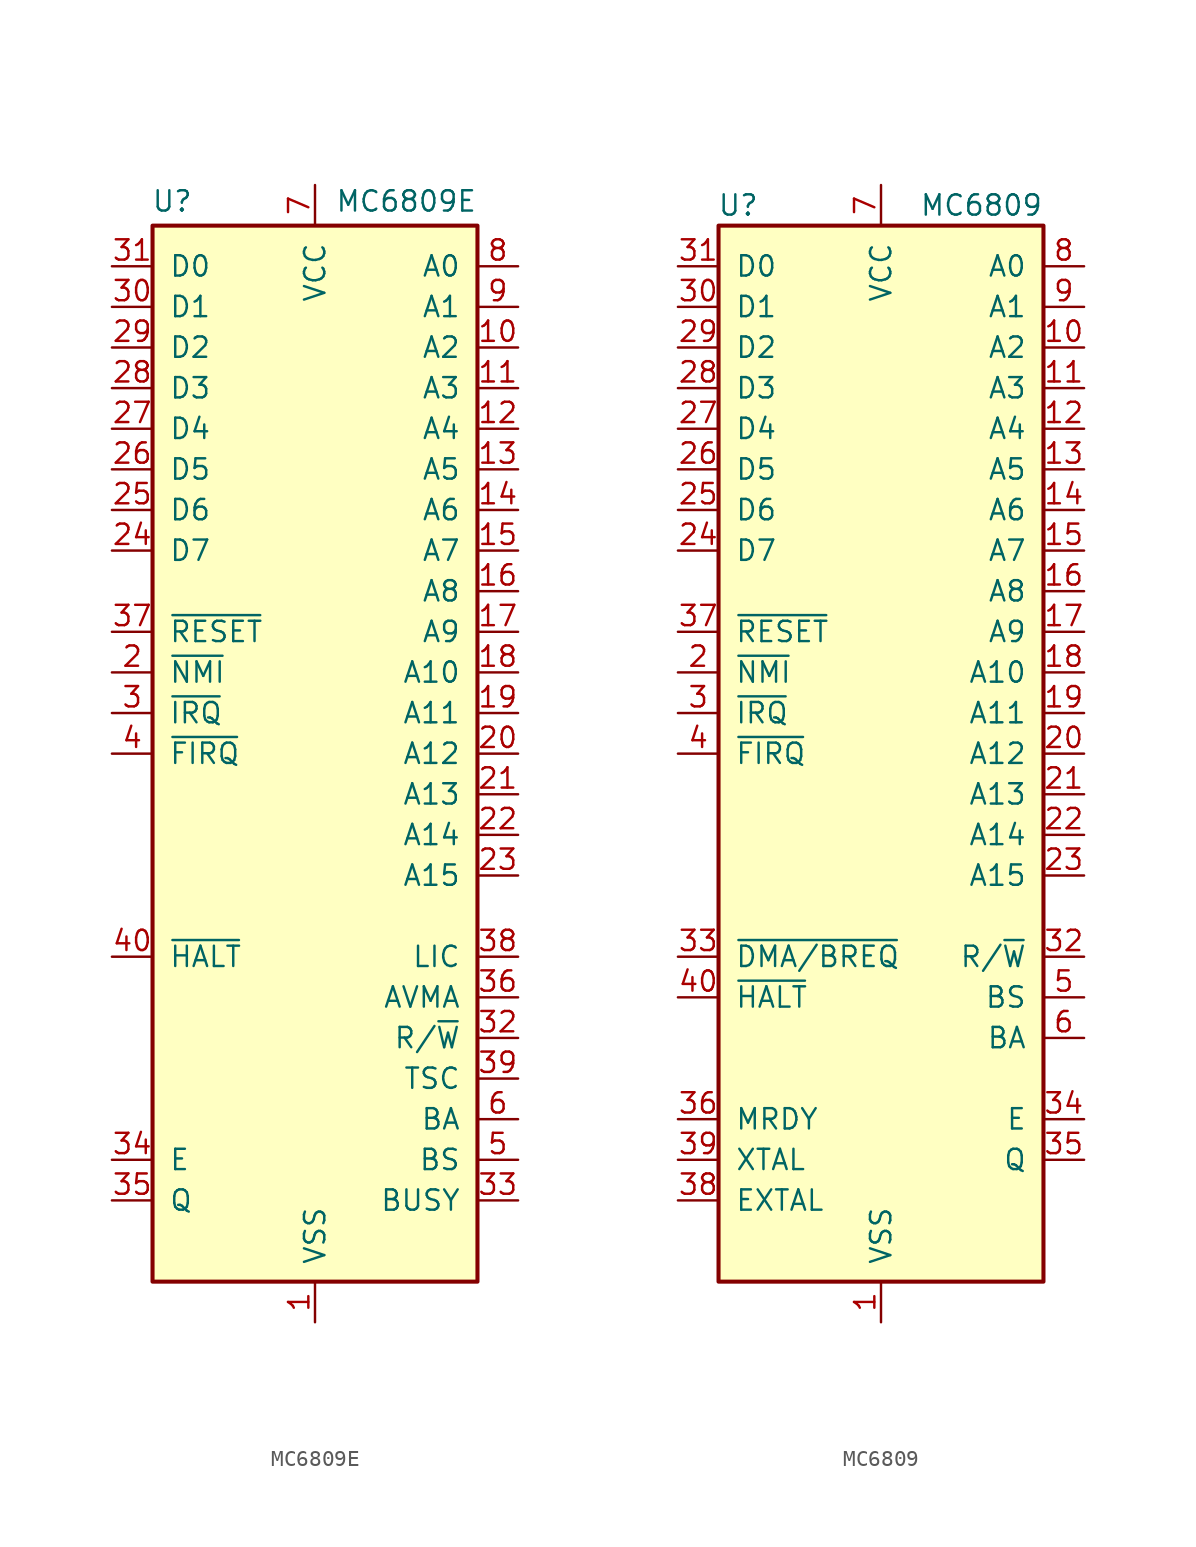
<source format=kicad_sym>
(kicad_symbol_lib
  (version 20211014)
  (generator kicad_symbol_editor)
  (symbol "MC6809E"
    (pin_names
      (offset 1.016))
    (property "Reference" "U"
      (at -7.62 34.544 0)
      (effects (font (size 1.27 1.27)) (justify right)))
    (property "Value" "MC6809E"
      (at 10.16 34.544 0)
      (effects (font (size 1.27 1.27)) (justify right)))
    (symbol "MC6809E_0_1"
      (rectangle (start -10.16 -33.02) (end 10.16 33.02) (stroke (width 0.254) (type default) (color 0 0 0 0)) (fill (type background))))
    (symbol "MC6809E_1_1"
      (pin power_in line (at 0 -35.56 90) (length 2.54) (name "VSS" (effects (font (size 1.27 1.27)))) (number "1" (effects (font (size 1.27 1.27)))))
      (pin output line (at 12.7 25.4 180) (length 2.54) (name "A2" (effects (font (size 1.27 1.27)))) (number "10" (effects (font (size 1.27 1.27)))))
      (pin output line (at 12.7 22.86 180) (length 2.54) (name "A3" (effects (font (size 1.27 1.27)))) (number "11" (effects (font (size 1.27 1.27)))))
      (pin output line (at 12.7 20.32 180) (length 2.54) (name "A4" (effects (font (size 1.27 1.27)))) (number "12" (effects (font (size 1.27 1.27)))))
      (pin output line (at 12.7 17.78 180) (length 2.54) (name "A5" (effects (font (size 1.27 1.27)))) (number "13" (effects (font (size 1.27 1.27)))))
      (pin output line (at 12.7 15.24 180) (length 2.54) (name "A6" (effects (font (size 1.27 1.27)))) (number "14" (effects (font (size 1.27 1.27)))))
      (pin output line (at 12.7 12.7 180) (length 2.54) (name "A7" (effects (font (size 1.27 1.27)))) (number "15" (effects (font (size 1.27 1.27)))))
      (pin output line (at 12.7 10.16 180) (length 2.54) (name "A8" (effects (font (size 1.27 1.27)))) (number "16" (effects (font (size 1.27 1.27)))))
      (pin output line (at 12.7 7.62 180) (length 2.54) (name "A9" (effects (font (size 1.27 1.27)))) (number "17" (effects (font (size 1.27 1.27)))))
      (pin output line (at 12.7 5.08 180) (length 2.54) (name "A10" (effects (font (size 1.27 1.27)))) (number "18" (effects (font (size 1.27 1.27)))))
      (pin output line (at 12.7 2.54 180) (length 2.54) (name "A11" (effects (font (size 1.27 1.27)))) (number "19" (effects (font (size 1.27 1.27)))))
      (pin input line (at -12.7 5.08 0) (length 2.54) (name "~{NMI}" (effects (font (size 1.27 1.27)))) (number "2" (effects (font (size 1.27 1.27)))))
      (pin output line (at 12.7 0 180) (length 2.54) (name "A12" (effects (font (size 1.27 1.27)))) (number "20" (effects (font (size 1.27 1.27)))))
      (pin output line (at 12.7 -2.54 180) (length 2.54) (name "A13" (effects (font (size 1.27 1.27)))) (number "21" (effects (font (size 1.27 1.27)))))
      (pin output line (at 12.7 -5.08 180) (length 2.54) (name "A14" (effects (font (size 1.27 1.27)))) (number "22" (effects (font (size 1.27 1.27)))))
      (pin output line (at 12.7 -7.62 180) (length 2.54) (name "A15" (effects (font (size 1.27 1.27)))) (number "23" (effects (font (size 1.27 1.27)))))
      (pin bidirectional line (at -12.7 12.7 0) (length 2.54) (name "D7" (effects (font (size 1.27 1.27)))) (number "24" (effects (font (size 1.27 1.27)))))
      (pin bidirectional line (at -12.7 15.24 0) (length 2.54) (name "D6" (effects (font (size 1.27 1.27)))) (number "25" (effects (font (size 1.27 1.27)))))
      (pin bidirectional line (at -12.7 17.78 0) (length 2.54) (name "D5" (effects (font (size 1.27 1.27)))) (number "26" (effects (font (size 1.27 1.27)))))
      (pin bidirectional line (at -12.7 20.32 0) (length 2.54) (name "D4" (effects (font (size 1.27 1.27)))) (number "27" (effects (font (size 1.27 1.27)))))
      (pin bidirectional line (at -12.7 22.86 0) (length 2.54) (name "D3" (effects (font (size 1.27 1.27)))) (number "28" (effects (font (size 1.27 1.27)))))
      (pin bidirectional line (at -12.7 25.4 0) (length 2.54) (name "D2" (effects (font (size 1.27 1.27)))) (number "29" (effects (font (size 1.27 1.27)))))
      (pin input line (at -12.7 2.54 0) (length 2.54) (name "~{IRQ}" (effects (font (size 1.27 1.27)))) (number "3" (effects (font (size 1.27 1.27)))))
      (pin bidirectional line (at -12.7 27.94 0) (length 2.54) (name "D1" (effects (font (size 1.27 1.27)))) (number "30" (effects (font (size 1.27 1.27)))))
      (pin bidirectional line (at -12.7 30.48 0) (length 2.54) (name "D0" (effects (font (size 1.27 1.27)))) (number "31" (effects (font (size 1.27 1.27)))))
      (pin output line (at 12.7 -17.78 180) (length 2.54) (name "R/~{W}" (effects (font (size 1.27 1.27)))) (number "32" (effects (font (size 1.27 1.27)))))
      (pin output line (at 12.7 -27.94 180) (length 2.54) (name "BUSY" (effects (font (size 1.27 1.27)))) (number "33" (effects (font (size 1.27 1.27)))))
      (pin input line (at -12.7 -25.4 0) (length 2.54) (name "E" (effects (font (size 1.27 1.27)))) (number "34" (effects (font (size 1.27 1.27)))))
      (pin input line (at -12.7 -27.94 0) (length 2.54) (name "Q" (effects (font (size 1.27 1.27)))) (number "35" (effects (font (size 1.27 1.27)))))
      (pin output line (at 12.7 -15.24 180) (length 2.54) (name "AVMA" (effects (font (size 1.27 1.27)))) (number "36" (effects (font (size 1.27 1.27)))))
      (pin input line (at -12.7 7.62 0) (length 2.54) (name "~{RESET}" (effects (font (size 1.27 1.27)))) (number "37" (effects (font (size 1.27 1.27)))))
      (pin output line (at 12.7 -12.7 180) (length 2.54) (name "LIC" (effects (font (size 1.27 1.27)))) (number "38" (effects (font (size 1.27 1.27)))))
      (pin output line (at 12.7 -20.32 180) (length 2.54) (name "TSC" (effects (font (size 1.27 1.27)))) (number "39" (effects (font (size 1.27 1.27)))))
      (pin input line (at -12.7 0 0) (length 2.54) (name "~{FIRQ}" (effects (font (size 1.27 1.27)))) (number "4" (effects (font (size 1.27 1.27)))))
      (pin input line (at -12.7 -12.7 0) (length 2.54) (name "~{HALT}" (effects (font (size 1.27 1.27)))) (number "40" (effects (font (size 1.27 1.27)))))
      (pin output line (at 12.7 -25.4 180) (length 2.54) (name "BS" (effects (font (size 1.27 1.27)))) (number "5" (effects (font (size 1.27 1.27)))))
      (pin output line (at 12.7 -22.86 180) (length 2.54) (name "BA" (effects (font (size 1.27 1.27)))) (number "6" (effects (font (size 1.27 1.27)))))
      (pin power_in line (at 0 35.56 270) (length 2.54) (name "VCC" (effects (font (size 1.27 1.27)))) (number "7" (effects (font (size 1.27 1.27)))))
      (pin output line (at 12.7 30.48 180) (length 2.54) (name "A0" (effects (font (size 1.27 1.27)))) (number "8" (effects (font (size 1.27 1.27)))))
      (pin output line (at 12.7 27.94 180) (length 2.54) (name "A1" (effects (font (size 1.27 1.27)))) (number "9" (effects (font (size 1.27 1.27)))))))
  (symbol "MC6809"
    (pin_names
      (offset 1.016))
    (property "Reference" "U"
      (at -7.62 34.29 0)
      (effects (font (size 1.27 1.27)) (justify right)))
    (property "Value" "MC6809"
      (at 10.16 34.29 0)
      (effects (font (size 1.27 1.27)) (justify right)))
    (symbol "MC6809_0_1"
      (rectangle (start -10.16 -33.02) (end 10.16 33.02) (stroke (width 0.254) (type default) (color 0 0 0 0)) (fill (type background))))
    (symbol "MC6809_1_1"
      (pin power_in line (at 0 -35.56 90) (length 2.54) (name "VSS" (effects (font (size 1.27 1.27)))) (number "1" (effects (font (size 1.27 1.27)))))
      (pin output line (at 12.7 25.4 180) (length 2.54) (name "A2" (effects (font (size 1.27 1.27)))) (number "10" (effects (font (size 1.27 1.27)))))
      (pin output line (at 12.7 22.86 180) (length 2.54) (name "A3" (effects (font (size 1.27 1.27)))) (number "11" (effects (font (size 1.27 1.27)))))
      (pin output line (at 12.7 20.32 180) (length 2.54) (name "A4" (effects (font (size 1.27 1.27)))) (number "12" (effects (font (size 1.27 1.27)))))
      (pin output line (at 12.7 17.78 180) (length 2.54) (name "A5" (effects (font (size 1.27 1.27)))) (number "13" (effects (font (size 1.27 1.27)))))
      (pin output line (at 12.7 15.24 180) (length 2.54) (name "A6" (effects (font (size 1.27 1.27)))) (number "14" (effects (font (size 1.27 1.27)))))
      (pin output line (at 12.7 12.7 180) (length 2.54) (name "A7" (effects (font (size 1.27 1.27)))) (number "15" (effects (font (size 1.27 1.27)))))
      (pin output line (at 12.7 10.16 180) (length 2.54) (name "A8" (effects (font (size 1.27 1.27)))) (number "16" (effects (font (size 1.27 1.27)))))
      (pin output line (at 12.7 7.62 180) (length 2.54) (name "A9" (effects (font (size 1.27 1.27)))) (number "17" (effects (font (size 1.27 1.27)))))
      (pin output line (at 12.7 5.08 180) (length 2.54) (name "A10" (effects (font (size 1.27 1.27)))) (number "18" (effects (font (size 1.27 1.27)))))
      (pin output line (at 12.7 2.54 180) (length 2.54) (name "A11" (effects (font (size 1.27 1.27)))) (number "19" (effects (font (size 1.27 1.27)))))
      (pin input line (at -12.7 5.08 0) (length 2.54) (name "~{NMI}" (effects (font (size 1.27 1.27)))) (number "2" (effects (font (size 1.27 1.27)))))
      (pin output line (at 12.7 0 180) (length 2.54) (name "A12" (effects (font (size 1.27 1.27)))) (number "20" (effects (font (size 1.27 1.27)))))
      (pin output line (at 12.7 -2.54 180) (length 2.54) (name "A13" (effects (font (size 1.27 1.27)))) (number "21" (effects (font (size 1.27 1.27)))))
      (pin output line (at 12.7 -5.08 180) (length 2.54) (name "A14" (effects (font (size 1.27 1.27)))) (number "22" (effects (font (size 1.27 1.27)))))
      (pin output line (at 12.7 -7.62 180) (length 2.54) (name "A15" (effects (font (size 1.27 1.27)))) (number "23" (effects (font (size 1.27 1.27)))))
      (pin bidirectional line (at -12.7 12.7 0) (length 2.54) (name "D7" (effects (font (size 1.27 1.27)))) (number "24" (effects (font (size 1.27 1.27)))))
      (pin bidirectional line (at -12.7 15.24 0) (length 2.54) (name "D6" (effects (font (size 1.27 1.27)))) (number "25" (effects (font (size 1.27 1.27)))))
      (pin bidirectional line (at -12.7 17.78 0) (length 2.54) (name "D5" (effects (font (size 1.27 1.27)))) (number "26" (effects (font (size 1.27 1.27)))))
      (pin bidirectional line (at -12.7 20.32 0) (length 2.54) (name "D4" (effects (font (size 1.27 1.27)))) (number "27" (effects (font (size 1.27 1.27)))))
      (pin bidirectional line (at -12.7 22.86 0) (length 2.54) (name "D3" (effects (font (size 1.27 1.27)))) (number "28" (effects (font (size 1.27 1.27)))))
      (pin bidirectional line (at -12.7 25.4 0) (length 2.54) (name "D2" (effects (font (size 1.27 1.27)))) (number "29" (effects (font (size 1.27 1.27)))))
      (pin input line (at -12.7 2.54 0) (length 2.54) (name "~{IRQ}" (effects (font (size 1.27 1.27)))) (number "3" (effects (font (size 1.27 1.27)))))
      (pin bidirectional line (at -12.7 27.94 0) (length 2.54) (name "D1" (effects (font (size 1.27 1.27)))) (number "30" (effects (font (size 1.27 1.27)))))
      (pin bidirectional line (at -12.7 30.48 0) (length 2.54) (name "D0" (effects (font (size 1.27 1.27)))) (number "31" (effects (font (size 1.27 1.27)))))
      (pin output line (at 12.7 -12.7 180) (length 2.54) (name "R/~{W}" (effects (font (size 1.27 1.27)))) (number "32" (effects (font (size 1.27 1.27)))))
      (pin input line (at -12.7 -12.7 0) (length 2.54) (name "~{DMA/BREQ}" (effects (font (size 1.27 1.27)))) (number "33" (effects (font (size 1.27 1.27)))))
      (pin output line (at 12.7 -22.86 180) (length 2.54) (name "E" (effects (font (size 1.27 1.27)))) (number "34" (effects (font (size 1.27 1.27)))))
      (pin output line (at 12.7 -25.4 180) (length 2.54) (name "Q" (effects (font (size 1.27 1.27)))) (number "35" (effects (font (size 1.27 1.27)))))
      (pin input line (at -12.7 -22.86 0) (length 2.54) (name "MRDY" (effects (font (size 1.27 1.27)))) (number "36" (effects (font (size 1.27 1.27)))))
      (pin input line (at -12.7 7.62 0) (length 2.54) (name "~{RESET}" (effects (font (size 1.27 1.27)))) (number "37" (effects (font (size 1.27 1.27)))))
      (pin input line (at -12.7 -27.94 0) (length 2.54) (name "EXTAL" (effects (font (size 1.27 1.27)))) (number "38" (effects (font (size 1.27 1.27)))))
      (pin input line (at -12.7 -25.4 0) (length 2.54) (name "XTAL" (effects (font (size 1.27 1.27)))) (number "39" (effects (font (size 1.27 1.27)))))
      (pin input line (at -12.7 0 0) (length 2.54) (name "~{FIRQ}" (effects (font (size 1.27 1.27)))) (number "4" (effects (font (size 1.27 1.27)))))
      (pin input line (at -12.7 -15.24 0) (length 2.54) (name "~{HALT}" (effects (font (size 1.27 1.27)))) (number "40" (effects (font (size 1.27 1.27)))))
      (pin output line (at 12.7 -15.24 180) (length 2.54) (name "BS" (effects (font (size 1.27 1.27)))) (number "5" (effects (font (size 1.27 1.27)))))
      (pin output line (at 12.7 -17.78 180) (length 2.54) (name "BA" (effects (font (size 1.27 1.27)))) (number "6" (effects (font (size 1.27 1.27)))))
      (pin power_in line (at 0 35.56 270) (length 2.54) (name "VCC" (effects (font (size 1.27 1.27)))) (number "7" (effects (font (size 1.27 1.27)))))
      (pin output line (at 12.7 30.48 180) (length 2.54) (name "A0" (effects (font (size 1.27 1.27)))) (number "8" (effects (font (size 1.27 1.27)))))
      (pin output line (at 12.7 27.94 180) (length 2.54) (name "A1" (effects (font (size 1.27 1.27)))) (number "9" (effects (font (size 1.27 1.27))))))))
</source>
